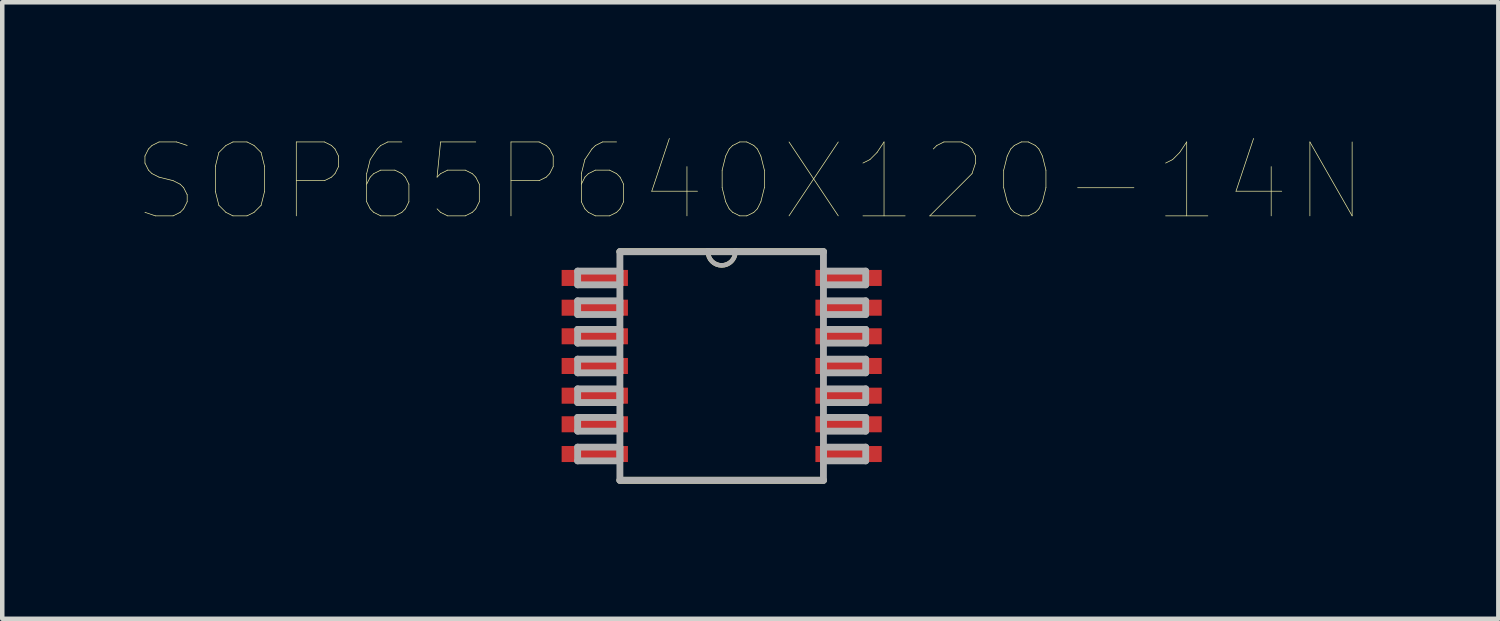
<source format=kicad_pcb>
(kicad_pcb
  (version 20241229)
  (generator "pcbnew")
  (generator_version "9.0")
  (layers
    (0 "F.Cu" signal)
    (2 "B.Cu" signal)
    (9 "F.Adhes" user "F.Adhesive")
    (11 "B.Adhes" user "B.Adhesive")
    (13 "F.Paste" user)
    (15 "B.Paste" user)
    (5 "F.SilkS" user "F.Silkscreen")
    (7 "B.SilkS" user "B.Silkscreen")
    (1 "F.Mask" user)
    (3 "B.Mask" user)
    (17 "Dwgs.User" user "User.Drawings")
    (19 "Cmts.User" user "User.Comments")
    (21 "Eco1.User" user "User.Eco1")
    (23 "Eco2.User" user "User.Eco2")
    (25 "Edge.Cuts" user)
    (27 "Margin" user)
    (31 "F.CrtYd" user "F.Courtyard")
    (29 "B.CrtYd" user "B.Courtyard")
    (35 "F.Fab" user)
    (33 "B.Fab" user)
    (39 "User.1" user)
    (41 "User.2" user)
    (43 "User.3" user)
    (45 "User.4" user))
  (footprint "SOP65P640X120-14N"
    (layer "F.Cu")
    (at 12.983 5.081)
    (property "Reference" "SOP65P640X120-14N" (at 0.636 -4.094 0) (layer "F.SilkS") (effects (font (size 1.642 1.642) (thickness 0.015))))
    (attr through_hole)
    (fp_line (start -2.261 2.54) (end 2.261 2.54) (stroke (width 0.152) (type solid)) (layer "F.SilkS"))
    (fp_line (start -0.305 -2.54) (end -2.261 -2.54) (stroke (width 0.152) (type solid)) (layer "F.SilkS"))
    (fp_line (start 0.305 -2.54) (end -0.305 -2.54) (stroke (width 0.152) (type solid)) (layer "F.SilkS"))
    (fp_line (start 2.261 -2.54) (end 0.305 -2.54) (stroke (width 0.152) (type solid)) (layer "F.SilkS"))
    (fp_arc (start 0.3048 -2.54) (mid 0 -2.2352) (end -0.3048 -2.54) (stroke (width 0.1) (type solid)) (layer "F.SilkS"))
    (fp_line (start -3.2 -2.108) (end -3.2 -1.803) (stroke (width 0.152) (type solid)) (layer "F.Fab"))
    (fp_line (start -3.2 -1.803) (end -2.261 -1.803) (stroke (width 0.152) (type solid)) (layer "F.Fab"))
    (fp_line (start -3.2 -1.448) (end -3.2 -1.143) (stroke (width 0.152) (type solid)) (layer "F.Fab"))
    (fp_line (start -3.2 -1.143) (end -2.261 -1.143) (stroke (width 0.152) (type solid)) (layer "F.Fab"))
    (fp_line (start -3.2 -0.813) (end -3.2 -0.508) (stroke (width 0.152) (type solid)) (layer "F.Fab"))
    (fp_line (start -3.2 -0.508) (end -2.261 -0.508) (stroke (width 0.152) (type solid)) (layer "F.Fab"))
    (fp_line (start -3.2 -0.152) (end -3.2 0.152) (stroke (width 0.152) (type solid)) (layer "F.Fab"))
    (fp_line (start -3.2 0.152) (end -2.261 0.152) (stroke (width 0.152) (type solid)) (layer "F.Fab"))
    (fp_line (start -3.2 0.508) (end -3.2 0.813) (stroke (width 0.152) (type solid)) (layer "F.Fab"))
    (fp_line (start -3.2 0.813) (end -2.261 0.813) (stroke (width 0.152) (type solid)) (layer "F.Fab"))
    (fp_line (start -3.2 1.143) (end -3.2 1.448) (stroke (width 0.152) (type solid)) (layer "F.Fab"))
    (fp_line (start -3.2 1.448) (end -2.261 1.448) (stroke (width 0.152) (type solid)) (layer "F.Fab"))
    (fp_line (start -3.2 1.803) (end -3.2 2.108) (stroke (width 0.152) (type solid)) (layer "F.Fab"))
    (fp_line (start -3.2 2.108) (end -2.261 2.108) (stroke (width 0.152) (type solid)) (layer "F.Fab"))
    (fp_line (start -2.261 -2.54) (end -2.261 2.54) (stroke (width 0.152) (type solid)) (layer "F.Fab"))
    (fp_line (start -2.261 -2.108) (end -3.2 -2.108) (stroke (width 0.152) (type solid)) (layer "F.Fab"))
    (fp_line (start -2.261 -1.803) (end -2.261 -2.108) (stroke (width 0.152) (type solid)) (layer "F.Fab"))
    (fp_line (start -2.261 -1.448) (end -3.2 -1.448) (stroke (width 0.152) (type solid)) (layer "F.Fab"))
    (fp_line (start -2.261 -1.143) (end -2.261 -1.448) (stroke (width 0.152) (type solid)) (layer "F.Fab"))
    (fp_line (start -2.261 -0.813) (end -3.2 -0.813) (stroke (width 0.152) (type solid)) (layer "F.Fab"))
    (fp_line (start -2.261 -0.508) (end -2.261 -0.813) (stroke (width 0.152) (type solid)) (layer "F.Fab"))
    (fp_line (start -2.261 -0.152) (end -3.2 -0.152) (stroke (width 0.152) (type solid)) (layer "F.Fab"))
    (fp_line (start -2.261 0.152) (end -2.261 -0.152) (stroke (width 0.152) (type solid)) (layer "F.Fab"))
    (fp_line (start -2.261 0.508) (end -3.2 0.508) (stroke (width 0.152) (type solid)) (layer "F.Fab"))
    (fp_line (start -2.261 0.813) (end -2.261 0.508) (stroke (width 0.152) (type solid)) (layer "F.Fab"))
    (fp_line (start -2.261 1.143) (end -3.2 1.143) (stroke (width 0.152) (type solid)) (layer "F.Fab"))
    (fp_line (start -2.261 1.448) (end -2.261 1.143) (stroke (width 0.152) (type solid)) (layer "F.Fab"))
    (fp_line (start -2.261 1.803) (end -3.2 1.803) (stroke (width 0.152) (type solid)) (layer "F.Fab"))
    (fp_line (start -2.261 2.108) (end -2.261 1.803) (stroke (width 0.152) (type solid)) (layer "F.Fab"))
    (fp_line (start -2.261 2.54) (end 2.261 2.54) (stroke (width 0.152) (type solid)) (layer "F.Fab"))
    (fp_line (start -0.305 -2.54) (end -2.261 -2.54) (stroke (width 0.152) (type solid)) (layer "F.Fab"))
    (fp_line (start 0.305 -2.54) (end -0.305 -2.54) (stroke (width 0.152) (type solid)) (layer "F.Fab"))
    (fp_line (start 2.261 -2.54) (end 0.305 -2.54) (stroke (width 0.152) (type solid)) (layer "F.Fab"))
    (fp_line (start 2.261 -2.108) (end 2.261 -1.803) (stroke (width 0.152) (type solid)) (layer "F.Fab"))
    (fp_line (start 2.261 -1.803) (end 3.2 -1.803) (stroke (width 0.152) (type solid)) (layer "F.Fab"))
    (fp_line (start 2.261 -1.448) (end 2.261 -1.143) (stroke (width 0.152) (type solid)) (layer "F.Fab"))
    (fp_line (start 2.261 -1.143) (end 3.2 -1.143) (stroke (width 0.152) (type solid)) (layer "F.Fab"))
    (fp_line (start 2.261 -0.813) (end 2.261 -0.508) (stroke (width 0.152) (type solid)) (layer "F.Fab"))
    (fp_line (start 2.261 -0.508) (end 3.2 -0.508) (stroke (width 0.152) (type solid)) (layer "F.Fab"))
    (fp_line (start 2.261 -0.152) (end 2.261 0.152) (stroke (width 0.152) (type solid)) (layer "F.Fab"))
    (fp_line (start 2.261 0.152) (end 3.2 0.152) (stroke (width 0.152) (type solid)) (layer "F.Fab"))
    (fp_line (start 2.261 0.508) (end 2.261 0.813) (stroke (width 0.152) (type solid)) (layer "F.Fab"))
    (fp_line (start 2.261 0.813) (end 3.2 0.813) (stroke (width 0.152) (type solid)) (layer "F.Fab"))
    (fp_line (start 2.261 1.143) (end 2.261 1.448) (stroke (width 0.152) (type solid)) (layer "F.Fab"))
    (fp_line (start 2.261 1.448) (end 3.2 1.448) (stroke (width 0.152) (type solid)) (layer "F.Fab"))
    (fp_line (start 2.261 1.803) (end 2.261 2.108) (stroke (width 0.152) (type solid)) (layer "F.Fab"))
    (fp_line (start 2.261 2.108) (end 3.2 2.108) (stroke (width 0.152) (type solid)) (layer "F.Fab"))
    (fp_line (start 2.261 2.54) (end 2.261 -2.54) (stroke (width 0.152) (type solid)) (layer "F.Fab"))
    (fp_line (start 3.2 -2.108) (end 2.261 -2.108) (stroke (width 0.152) (type solid)) (layer "F.Fab"))
    (fp_line (start 3.2 -1.803) (end 3.2 -2.108) (stroke (width 0.152) (type solid)) (layer "F.Fab"))
    (fp_line (start 3.2 -1.448) (end 2.261 -1.448) (stroke (width 0.152) (type solid)) (layer "F.Fab"))
    (fp_line (start 3.2 -1.143) (end 3.2 -1.448) (stroke (width 0.152) (type solid)) (layer "F.Fab"))
    (fp_line (start 3.2 -0.813) (end 2.261 -0.813) (stroke (width 0.152) (type solid)) (layer "F.Fab"))
    (fp_line (start 3.2 -0.508) (end 3.2 -0.813) (stroke (width 0.152) (type solid)) (layer "F.Fab"))
    (fp_line (start 3.2 -0.152) (end 2.261 -0.152) (stroke (width 0.152) (type solid)) (layer "F.Fab"))
    (fp_line (start 3.2 0.152) (end 3.2 -0.152) (stroke (width 0.152) (type solid)) (layer "F.Fab"))
    (fp_line (start 3.2 0.508) (end 2.261 0.508) (stroke (width 0.152) (type solid)) (layer "F.Fab"))
    (fp_line (start 3.2 0.813) (end 3.2 0.508) (stroke (width 0.152) (type solid)) (layer "F.Fab"))
    (fp_line (start 3.2 1.143) (end 2.261 1.143) (stroke (width 0.152) (type solid)) (layer "F.Fab"))
    (fp_line (start 3.2 1.448) (end 3.2 1.143) (stroke (width 0.152) (type solid)) (layer "F.Fab"))
    (fp_line (start 3.2 1.803) (end 2.261 1.803) (stroke (width 0.152) (type solid)) (layer "F.Fab"))
    (fp_line (start 3.2 2.108) (end 3.2 1.803) (stroke (width 0.152) (type solid)) (layer "F.Fab"))
    (fp_arc (start 0.3048 -2.54) (mid 0 -2.2352) (end -0.3048 -2.54) (stroke (width 0.1) (type solid)) (layer "F.Fab"))
    (pad "1" smd rect (at -2.819 -1.956) (size 1.473 0.356) (layers "F.Cu" "F.Mask" "F.Paste"))
    (pad "2" smd rect (at -2.819 -1.295) (size 1.473 0.356) (layers "F.Cu" "F.Mask" "F.Paste"))
    (pad "3" smd rect (at -2.819 -0.66) (size 1.473 0.356) (layers "F.Cu" "F.Mask" "F.Paste"))
    (pad "4" smd rect (at -2.819 0) (size 1.473 0.356) (layers "F.Cu" "F.Mask" "F.Paste"))
    (pad "5" smd rect (at -2.819 0.66) (size 1.473 0.356) (layers "F.Cu" "F.Mask" "F.Paste"))
    (pad "6" smd rect (at -2.819 1.295) (size 1.473 0.356) (layers "F.Cu" "F.Mask" "F.Paste"))
    (pad "7" smd rect (at -2.819 1.956) (size 1.473 0.356) (layers "F.Cu" "F.Mask" "F.Paste"))
    (pad "8" smd rect (at 2.819 1.956) (size 1.473 0.356) (layers "F.Cu" "F.Mask" "F.Paste"))
    (pad "9" smd rect (at 2.819 1.295) (size 1.473 0.356) (layers "F.Cu" "F.Mask" "F.Paste"))
    (pad "10" smd rect (at 2.819 0.66) (size 1.473 0.356) (layers "F.Cu" "F.Mask" "F.Paste"))
    (pad "11" smd rect (at 2.819 0) (size 1.473 0.356) (layers "F.Cu" "F.Mask" "F.Paste"))
    (pad "12" smd rect (at 2.819 -0.66) (size 1.473 0.356) (layers "F.Cu" "F.Mask" "F.Paste"))
    (pad "13" smd rect (at 2.819 -1.295) (size 1.473 0.356) (layers "F.Cu" "F.Mask" "F.Paste"))
    (pad "14" smd rect (at 2.819 -1.956) (size 1.473 0.356) (layers "F.Cu" "F.Mask" "F.Paste")))
  (gr_rect
    (start -3 -3)
    (end 30.238 10.697)
    (stroke (width 0.1) (type default))
    (fill no)
    (layer "Edge.Cuts")))
</source>
